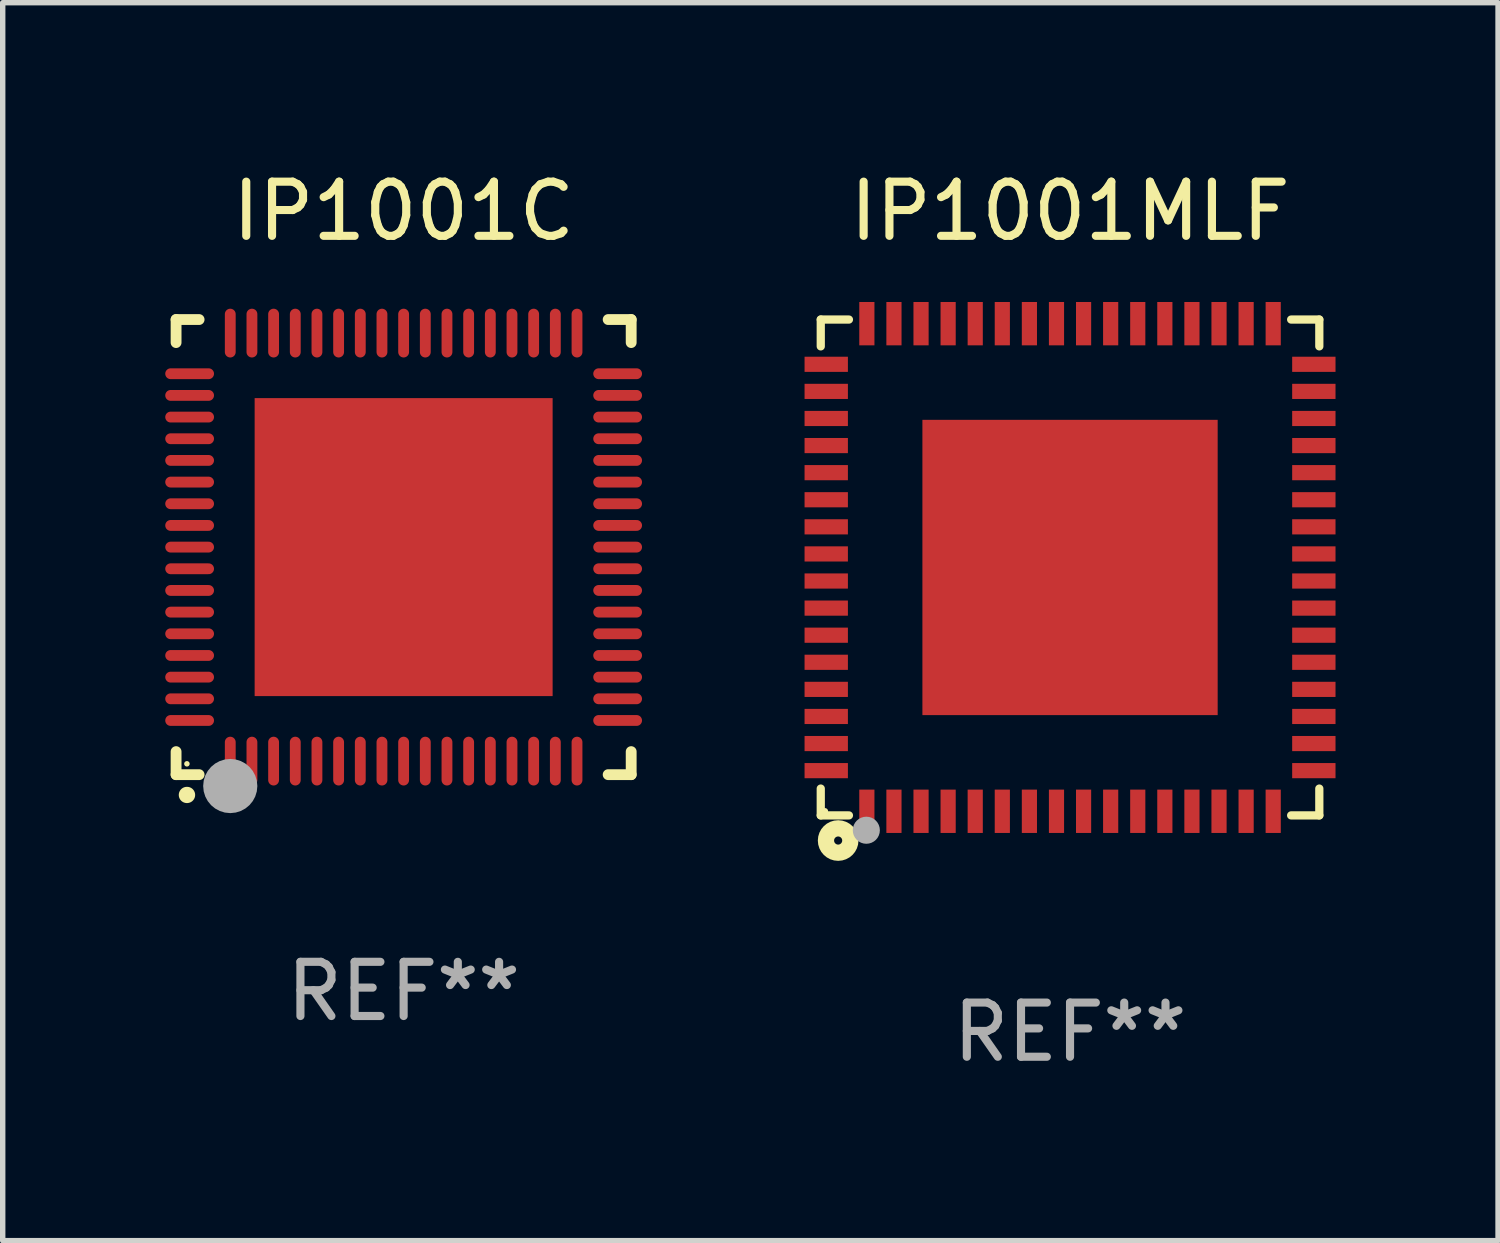
<source format=kicad_pcb>
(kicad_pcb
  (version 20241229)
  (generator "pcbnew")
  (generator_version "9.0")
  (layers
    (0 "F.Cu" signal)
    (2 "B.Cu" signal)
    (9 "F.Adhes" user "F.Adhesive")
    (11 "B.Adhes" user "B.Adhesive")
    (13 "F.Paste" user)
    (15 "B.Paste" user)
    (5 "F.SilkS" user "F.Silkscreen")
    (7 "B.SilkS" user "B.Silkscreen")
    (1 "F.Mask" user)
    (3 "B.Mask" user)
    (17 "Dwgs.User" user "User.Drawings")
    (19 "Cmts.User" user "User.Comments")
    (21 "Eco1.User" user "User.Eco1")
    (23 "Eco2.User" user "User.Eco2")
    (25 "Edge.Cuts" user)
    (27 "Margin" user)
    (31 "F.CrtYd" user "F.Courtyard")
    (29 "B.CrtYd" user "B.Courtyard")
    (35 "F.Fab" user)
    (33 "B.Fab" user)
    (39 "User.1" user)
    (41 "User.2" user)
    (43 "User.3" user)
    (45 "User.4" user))
  (footprint "IP1001MLF"
    (layer "F.Cu")
    (at 16.7 7.424)
    (property "Reference" "IP1001MLF" (at 0 -6.576 0) (layer "F.SilkS") (effects (font (size 1 1) (thickness 0.15))))
    (attr through_hole)
    (fp_line (start -4.601 -4.576) (end -4.081 -4.576) (stroke (width 0.152) (type solid)) (layer "F.SilkS"))
    (fp_line (start -4.601 -4.081) (end -4.601 -4.576) (stroke (width 0.152) (type solid)) (layer "F.SilkS"))
    (fp_line (start -4.601 4.081) (end -4.601 4.576) (stroke (width 0.152) (type solid)) (layer "F.SilkS"))
    (fp_line (start -4.601 4.576) (end -4.081 4.576) (stroke (width 0.152) (type solid)) (layer "F.SilkS"))
    (fp_line (start 4.601 -4.576) (end 4.081 -4.576) (stroke (width 0.152) (type solid)) (layer "F.SilkS"))
    (fp_line (start 4.601 -4.081) (end 4.601 -4.576) (stroke (width 0.152) (type solid)) (layer "F.SilkS"))
    (fp_line (start 4.601 4.081) (end 4.601 4.576) (stroke (width 0.152) (type solid)) (layer "F.SilkS"))
    (fp_line (start 4.601 4.576) (end 4.081 4.576) (stroke (width 0.152) (type solid)) (layer "F.SilkS"))
    (fp_circle (center -4.525 4.5) (end -4.495 4.5) (stroke (width 0.06) (type solid)) (fill no) (layer "F.SilkS"))
    (fp_circle (center -4.28 5.04) (end -4.205 5.04) (stroke (width 0.3) (type solid)) (fill no) (layer "F.SilkS"))
    (fp_circle (center -3.76 4.85) (end -3.635 4.85) (stroke (width 0.25) (type solid)) (fill no) (layer "F.Fab"))
    (fp_text user "REF**" (at 0 8.576 0) (layer "F.Fab") (effects (font (size 1 1) (thickness 0.15))))
    (pad "1" smd rect (at -3.75 4.5) (size 0.28 0.8) (layers "F.Cu" "F.Mask" "F.Paste"))
    (pad "2" smd rect (at -3.25 4.5) (size 0.28 0.8) (layers "F.Cu" "F.Mask" "F.Paste"))
    (pad "3" smd rect (at -2.75 4.5) (size 0.28 0.8) (layers "F.Cu" "F.Mask" "F.Paste"))
    (pad "4" smd rect (at -2.25 4.5) (size 0.28 0.8) (layers "F.Cu" "F.Mask" "F.Paste"))
    (pad "5" smd rect (at -1.75 4.5) (size 0.28 0.8) (layers "F.Cu" "F.Mask" "F.Paste"))
    (pad "6" smd rect (at -1.25 4.5) (size 0.28 0.8) (layers "F.Cu" "F.Mask" "F.Paste"))
    (pad "7" smd rect (at -0.75 4.5) (size 0.28 0.8) (layers "F.Cu" "F.Mask" "F.Paste"))
    (pad "8" smd rect (at -0.25 4.5) (size 0.28 0.8) (layers "F.Cu" "F.Mask" "F.Paste"))
    (pad "9" smd rect (at 0.25 4.5) (size 0.28 0.8) (layers "F.Cu" "F.Mask" "F.Paste"))
    (pad "10" smd rect (at 0.75 4.5) (size 0.28 0.8) (layers "F.Cu" "F.Mask" "F.Paste"))
    (pad "11" smd rect (at 1.25 4.5) (size 0.28 0.8) (layers "F.Cu" "F.Mask" "F.Paste"))
    (pad "12" smd rect (at 1.75 4.5) (size 0.28 0.8) (layers "F.Cu" "F.Mask" "F.Paste"))
    (pad "13" smd rect (at 2.25 4.5) (size 0.28 0.8) (layers "F.Cu" "F.Mask" "F.Paste"))
    (pad "14" smd rect (at 2.75 4.5) (size 0.28 0.8) (layers "F.Cu" "F.Mask" "F.Paste"))
    (pad "15" smd rect (at 3.25 4.5) (size 0.28 0.8) (layers "F.Cu" "F.Mask" "F.Paste"))
    (pad "16" smd rect (at 3.75 4.5) (size 0.28 0.8) (layers "F.Cu" "F.Mask" "F.Paste"))
    (pad "17" smd rect (at 4.5 3.75) (size 0.8 0.28) (layers "F.Cu" "F.Mask" "F.Paste"))
    (pad "18" smd rect (at 4.5 3.25) (size 0.8 0.28) (layers "F.Cu" "F.Mask" "F.Paste"))
    (pad "19" smd rect (at 4.5 2.75) (size 0.8 0.28) (layers "F.Cu" "F.Mask" "F.Paste"))
    (pad "20" smd rect (at 4.5 2.25) (size 0.8 0.28) (layers "F.Cu" "F.Mask" "F.Paste"))
    (pad "21" smd rect (at 4.5 1.75) (size 0.8 0.28) (layers "F.Cu" "F.Mask" "F.Paste"))
    (pad "22" smd rect (at 4.5 1.25) (size 0.8 0.28) (layers "F.Cu" "F.Mask" "F.Paste"))
    (pad "23" smd rect (at 4.5 0.75) (size 0.8 0.28) (layers "F.Cu" "F.Mask" "F.Paste"))
    (pad "24" smd rect (at 4.5 0.25) (size 0.8 0.28) (layers "F.Cu" "F.Mask" "F.Paste"))
    (pad "25" smd rect (at 4.5 -0.25) (size 0.8 0.28) (layers "F.Cu" "F.Mask" "F.Paste"))
    (pad "26" smd rect (at 4.5 -0.75) (size 0.8 0.28) (layers "F.Cu" "F.Mask" "F.Paste"))
    (pad "27" smd rect (at 4.5 -1.25) (size 0.8 0.28) (layers "F.Cu" "F.Mask" "F.Paste"))
    (pad "28" smd rect (at 4.5 -1.75) (size 0.8 0.28) (layers "F.Cu" "F.Mask" "F.Paste"))
    (pad "29" smd rect (at 4.5 -2.25) (size 0.8 0.28) (layers "F.Cu" "F.Mask" "F.Paste"))
    (pad "30" smd rect (at 4.5 -2.75) (size 0.8 0.28) (layers "F.Cu" "F.Mask" "F.Paste"))
    (pad "31" smd rect (at 4.5 -3.25) (size 0.8 0.28) (layers "F.Cu" "F.Mask" "F.Paste"))
    (pad "32" smd rect (at 4.5 -3.75) (size 0.8 0.28) (layers "F.Cu" "F.Mask" "F.Paste"))
    (pad "33" smd rect (at 3.75 -4.5) (size 0.28 0.8) (layers "F.Cu" "F.Mask" "F.Paste"))
    (pad "34" smd rect (at 3.25 -4.5) (size 0.28 0.8) (layers "F.Cu" "F.Mask" "F.Paste"))
    (pad "35" smd rect (at 2.75 -4.5) (size 0.28 0.8) (layers "F.Cu" "F.Mask" "F.Paste"))
    (pad "36" smd rect (at 2.25 -4.5) (size 0.28 0.8) (layers "F.Cu" "F.Mask" "F.Paste"))
    (pad "37" smd rect (at 1.75 -4.5) (size 0.28 0.8) (layers "F.Cu" "F.Mask" "F.Paste"))
    (pad "38" smd rect (at 1.25 -4.5) (size 0.28 0.8) (layers "F.Cu" "F.Mask" "F.Paste"))
    (pad "39" smd rect (at 0.75 -4.5) (size 0.28 0.8) (layers "F.Cu" "F.Mask" "F.Paste"))
    (pad "40" smd rect (at 0.25 -4.5) (size 0.28 0.8) (layers "F.Cu" "F.Mask" "F.Paste"))
    (pad "41" smd rect (at -0.25 -4.5) (size 0.28 0.8) (layers "F.Cu" "F.Mask" "F.Paste"))
    (pad "42" smd rect (at -0.75 -4.5) (size 0.28 0.8) (layers "F.Cu" "F.Mask" "F.Paste"))
    (pad "43" smd rect (at -1.25 -4.5) (size 0.28 0.8) (layers "F.Cu" "F.Mask" "F.Paste"))
    (pad "44" smd rect (at -1.75 -4.5) (size 0.28 0.8) (layers "F.Cu" "F.Mask" "F.Paste"))
    (pad "45" smd rect (at -2.25 -4.5) (size 0.28 0.8) (layers "F.Cu" "F.Mask" "F.Paste"))
    (pad "46" smd rect (at -2.75 -4.5) (size 0.28 0.8) (layers "F.Cu" "F.Mask" "F.Paste"))
    (pad "47" smd rect (at -3.25 -4.5) (size 0.28 0.8) (layers "F.Cu" "F.Mask" "F.Paste"))
    (pad "48" smd rect (at -3.75 -4.5) (size 0.28 0.8) (layers "F.Cu" "F.Mask" "F.Paste"))
    (pad "49" smd rect (at -4.5 -3.75) (size 0.8 0.28) (layers "F.Cu" "F.Mask" "F.Paste"))
    (pad "50" smd rect (at -4.5 -3.25) (size 0.8 0.28) (layers "F.Cu" "F.Mask" "F.Paste"))
    (pad "51" smd rect (at -4.5 -2.75) (size 0.8 0.28) (layers "F.Cu" "F.Mask" "F.Paste"))
    (pad "52" smd rect (at -4.5 -2.25) (size 0.8 0.28) (layers "F.Cu" "F.Mask" "F.Paste"))
    (pad "53" smd rect (at -4.5 -1.75) (size 0.8 0.28) (layers "F.Cu" "F.Mask" "F.Paste"))
    (pad "54" smd rect (at -4.5 -1.25) (size 0.8 0.28) (layers "F.Cu" "F.Mask" "F.Paste"))
    (pad "55" smd rect (at -4.5 -0.75) (size 0.8 0.28) (layers "F.Cu" "F.Mask" "F.Paste"))
    (pad "56" smd rect (at -4.5 -0.25) (size 0.8 0.28) (layers "F.Cu" "F.Mask" "F.Paste"))
    (pad "57" smd rect (at -4.5 0.25) (size 0.8 0.28) (layers "F.Cu" "F.Mask" "F.Paste"))
    (pad "58" smd rect (at -4.5 0.75) (size 0.8 0.28) (layers "F.Cu" "F.Mask" "F.Paste"))
    (pad "59" smd rect (at -4.5 1.25) (size 0.8 0.28) (layers "F.Cu" "F.Mask" "F.Paste"))
    (pad "60" smd rect (at -4.5 1.75) (size 0.8 0.28) (layers "F.Cu" "F.Mask" "F.Paste"))
    (pad "61" smd rect (at -4.5 2.25) (size 0.8 0.28) (layers "F.Cu" "F.Mask" "F.Paste"))
    (pad "62" smd rect (at -4.5 2.75) (size 0.8 0.28) (layers "F.Cu" "F.Mask" "F.Paste"))
    (pad "63" smd rect (at -4.5 3.25) (size 0.8 0.28) (layers "F.Cu" "F.Mask" "F.Paste"))
    (pad "64" smd rect (at -4.5 3.75) (size 0.8 0.28) (layers "F.Cu" "F.Mask" "F.Paste"))
    (pad "65" smd rect (at 0 0) (size 5.45 5.45) (layers "F.Cu" "F.Mask" "F.Paste")))
  (footprint "IP1001C"
    (layer "F.Cu")
    (at 4.4 7.048)
    (property "Reference" "IP1001C" (at 0 -6.2 0) (layer "F.SilkS") (effects (font (size 1 1) (thickness 0.15))))
    (attr through_hole)
    (fp_line (start -4.2 -4.2) (end -4.2 -3.775) (stroke (width 0.2) (type solid)) (layer "F.SilkS"))
    (fp_line (start -4.2 4.2) (end -4.2 3.775) (stroke (width 0.2) (type solid)) (layer "F.SilkS"))
    (fp_line (start -3.775 -4.2) (end -4.2 -4.2) (stroke (width 0.2) (type solid)) (layer "F.SilkS"))
    (fp_line (start -3.775 4.2) (end -4.2 4.2) (stroke (width 0.2) (type solid)) (layer "F.SilkS"))
    (fp_line (start 3.775 4.2) (end 4.2 4.2) (stroke (width 0.2) (type solid)) (layer "F.SilkS"))
    (fp_line (start 4.2 -4.2) (end 3.775 -4.2) (stroke (width 0.2) (type solid)) (layer "F.SilkS"))
    (fp_line (start 4.2 -3.775) (end 4.2 -4.2) (stroke (width 0.2) (type solid)) (layer "F.SilkS"))
    (fp_line (start 4.2 4.2) (end 4.2 3.775) (stroke (width 0.2) (type solid)) (layer "F.SilkS"))
    (fp_arc (start -4.000495 4.574536) (mid -3.999225 4.574531) (end -3.997955 4.574536) (stroke (width 0.3) (type solid)) (layer "F.SilkS"))
    (fp_circle (center -4 4) (end -3.974 4) (stroke (width 0.05) (type solid)) (fill no) (layer "F.SilkS"))
    (fp_circle (center -3.2 4.41) (end -2.95 4.41) (stroke (width 0.5) (type solid)) (fill no) (layer "F.Fab"))
    (fp_text user "REF**" (at 0 8.2 0) (layer "F.Fab") (effects (font (size 1 1) (thickness 0.15))))
    (pad "1" smd oval (at -3.2 3.95) (size 0.2 0.9) (layers "F.Cu" "F.Mask" "F.Paste"))
    (pad "2" smd oval (at -2.8 3.95) (size 0.2 0.9) (layers "F.Cu" "F.Mask" "F.Paste"))
    (pad "3" smd oval (at -2.4 3.95) (size 0.2 0.9) (layers "F.Cu" "F.Mask" "F.Paste"))
    (pad "4" smd oval (at -2 3.95) (size 0.2 0.9) (layers "F.Cu" "F.Mask" "F.Paste"))
    (pad "5" smd oval (at -1.6 3.95) (size 0.2 0.9) (layers "F.Cu" "F.Mask" "F.Paste"))
    (pad "6" smd oval (at -1.2 3.95) (size 0.2 0.9) (layers "F.Cu" "F.Mask" "F.Paste"))
    (pad "7" smd oval (at -0.8 3.95) (size 0.2 0.9) (layers "F.Cu" "F.Mask" "F.Paste"))
    (pad "8" smd oval (at -0.4 3.95) (size 0.2 0.9) (layers "F.Cu" "F.Mask" "F.Paste"))
    (pad "9" smd oval (at -0.000038 3.95) (size 0.2 0.9) (layers "F.Cu" "F.Mask" "F.Paste"))
    (pad "10" smd oval (at 0.4 3.95) (size 0.2 0.9) (layers "F.Cu" "F.Mask" "F.Paste"))
    (pad "11" smd oval (at 0.8 3.95) (size 0.2 0.9) (layers "F.Cu" "F.Mask" "F.Paste"))
    (pad "12" smd oval (at 1.2 3.95) (size 0.2 0.9) (layers "F.Cu" "F.Mask" "F.Paste"))
    (pad "13" smd oval (at 1.6 3.95) (size 0.2 0.9) (layers "F.Cu" "F.Mask" "F.Paste"))
    (pad "14" smd oval (at 2 3.95) (size 0.2 0.9) (layers "F.Cu" "F.Mask" "F.Paste"))
    (pad "15" smd oval (at 2.4 3.95) (size 0.2 0.9) (layers "F.Cu" "F.Mask" "F.Paste"))
    (pad "16" smd oval (at 2.8 3.95) (size 0.2 0.9) (layers "F.Cu" "F.Mask" "F.Paste"))
    (pad "17" smd oval (at 3.2 3.95) (size 0.2 0.9) (layers "F.Cu" "F.Mask" "F.Paste"))
    (pad "18" smd oval (at 3.95 3.2) (size 0.9 0.2) (layers "F.Cu" "F.Mask" "F.Paste"))
    (pad "19" smd oval (at 3.95 2.8) (size 0.9 0.2) (layers "F.Cu" "F.Mask" "F.Paste"))
    (pad "20" smd oval (at 3.95 2.4) (size 0.9 0.2) (layers "F.Cu" "F.Mask" "F.Paste"))
    (pad "21" smd oval (at 3.95 2) (size 0.9 0.2) (layers "F.Cu" "F.Mask" "F.Paste"))
    (pad "22" smd oval (at 3.95 1.6) (size 0.9 0.2) (layers "F.Cu" "F.Mask" "F.Paste"))
    (pad "23" smd oval (at 3.95 1.2) (size 0.9 0.2) (layers "F.Cu" "F.Mask" "F.Paste"))
    (pad "24" smd oval (at 3.95 0.8) (size 0.9 0.2) (layers "F.Cu" "F.Mask" "F.Paste"))
    (pad "25" smd oval (at 3.95 0.4) (size 0.9 0.2) (layers "F.Cu" "F.Mask" "F.Paste"))
    (pad "26" smd oval (at 3.95 0.000089) (size 0.9 0.2) (layers "F.Cu" "F.Mask" "F.Paste"))
    (pad "27" smd oval (at 3.95 -0.4) (size 0.9 0.2) (layers "F.Cu" "F.Mask" "F.Paste"))
    (pad "28" smd oval (at 3.95 -0.8) (size 0.9 0.2) (layers "F.Cu" "F.Mask" "F.Paste"))
    (pad "29" smd oval (at 3.95 -1.2) (size 0.9 0.2) (layers "F.Cu" "F.Mask" "F.Paste"))
    (pad "30" smd oval (at 3.95 -1.6) (size 0.9 0.2) (layers "F.Cu" "F.Mask" "F.Paste"))
    (pad "31" smd oval (at 3.95 -2) (size 0.9 0.2) (layers "F.Cu" "F.Mask" "F.Paste"))
    (pad "32" smd oval (at 3.95 -2.4) (size 0.9 0.2) (layers "F.Cu" "F.Mask" "F.Paste"))
    (pad "33" smd oval (at 3.95 -2.8) (size 0.9 0.2) (layers "F.Cu" "F.Mask" "F.Paste"))
    (pad "34" smd oval (at 3.95 -3.2) (size 0.9 0.2) (layers "F.Cu" "F.Mask" "F.Paste"))
    (pad "35" smd oval (at 3.2 -3.95) (size 0.2 0.9) (layers "F.Cu" "F.Mask" "F.Paste"))
    (pad "36" smd oval (at 2.8 -3.95) (size 0.2 0.9) (layers "F.Cu" "F.Mask" "F.Paste"))
    (pad "37" smd oval (at 2.4 -3.95) (size 0.2 0.9) (layers "F.Cu" "F.Mask" "F.Paste"))
    (pad "38" smd oval (at 2 -3.95) (size 0.2 0.9) (layers "F.Cu" "F.Mask" "F.Paste"))
    (pad "39" smd oval (at 1.6 -3.95) (size 0.2 0.9) (layers "F.Cu" "F.Mask" "F.Paste"))
    (pad "40" smd oval (at 1.2 -3.95) (size 0.2 0.9) (layers "F.Cu" "F.Mask" "F.Paste"))
    (pad "41" smd oval (at 0.8 -3.95) (size 0.2 0.9) (layers "F.Cu" "F.Mask" "F.Paste"))
    (pad "42" smd oval (at 0.4 -3.95) (size 0.2 0.9) (layers "F.Cu" "F.Mask" "F.Paste"))
    (pad "43" smd oval (at -0.000038 -3.95) (size 0.2 0.9) (layers "F.Cu" "F.Mask" "F.Paste"))
    (pad "44" smd oval (at -0.4 -3.95) (size 0.2 0.9) (layers "F.Cu" "F.Mask" "F.Paste"))
    (pad "45" smd oval (at -0.8 -3.95) (size 0.2 0.9) (layers "F.Cu" "F.Mask" "F.Paste"))
    (pad "46" smd oval (at -1.2 -3.95) (size 0.2 0.9) (layers "F.Cu" "F.Mask" "F.Paste"))
    (pad "47" smd oval (at -1.6 -3.95) (size 0.2 0.9) (layers "F.Cu" "F.Mask" "F.Paste"))
    (pad "48" smd oval (at -2 -3.95) (size 0.2 0.9) (layers "F.Cu" "F.Mask" "F.Paste"))
    (pad "49" smd oval (at -2.4 -3.95) (size 0.2 0.9) (layers "F.Cu" "F.Mask" "F.Paste"))
    (pad "50" smd oval (at -2.8 -3.95) (size 0.2 0.9) (layers "F.Cu" "F.Mask" "F.Paste"))
    (pad "51" smd oval (at -3.2 -3.95) (size 0.2 0.9) (layers "F.Cu" "F.Mask" "F.Paste"))
    (pad "52" smd oval (at -3.95 -3.2) (size 0.9 0.2) (layers "F.Cu" "F.Mask" "F.Paste"))
    (pad "53" smd oval (at -3.95 -2.8) (size 0.9 0.2) (layers "F.Cu" "F.Mask" "F.Paste"))
    (pad "54" smd oval (at -3.95 -2.4) (size 0.9 0.2) (layers "F.Cu" "F.Mask" "F.Paste"))
    (pad "55" smd oval (at -3.95 -2) (size 0.9 0.2) (layers "F.Cu" "F.Mask" "F.Paste"))
    (pad "56" smd oval (at -3.95 -1.6) (size 0.9 0.2) (layers "F.Cu" "F.Mask" "F.Paste"))
    (pad "57" smd oval (at -3.95 -1.2) (size 0.9 0.2) (layers "F.Cu" "F.Mask" "F.Paste"))
    (pad "58" smd oval (at -3.95 -0.8) (size 0.9 0.2) (layers "F.Cu" "F.Mask" "F.Paste"))
    (pad "59" smd oval (at -3.95 -0.4) (size 0.9 0.2) (layers "F.Cu" "F.Mask" "F.Paste"))
    (pad "60" smd oval (at -3.95 0.000089) (size 0.9 0.2) (layers "F.Cu" "F.Mask" "F.Paste"))
    (pad "61" smd oval (at -3.95 0.4) (size 0.9 0.2) (layers "F.Cu" "F.Mask" "F.Paste"))
    (pad "62" smd oval (at -3.95 0.8) (size 0.9 0.2) (layers "F.Cu" "F.Mask" "F.Paste"))
    (pad "63" smd oval (at -3.95 1.2) (size 0.9 0.2) (layers "F.Cu" "F.Mask" "F.Paste"))
    (pad "64" smd oval (at -3.95 1.6) (size 0.9 0.2) (layers "F.Cu" "F.Mask" "F.Paste"))
    (pad "65" smd oval (at -3.95 2) (size 0.9 0.2) (layers "F.Cu" "F.Mask" "F.Paste"))
    (pad "66" smd oval (at -3.95 2.4) (size 0.9 0.2) (layers "F.Cu" "F.Mask" "F.Paste"))
    (pad "67" smd oval (at -3.95 2.8) (size 0.9 0.2) (layers "F.Cu" "F.Mask" "F.Paste"))
    (pad "68" smd oval (at -3.95 3.2) (size 0.9 0.2) (layers "F.Cu" "F.Mask" "F.Paste"))
    (pad "69" smd rect (at -0.000038 0.000089) (size 5.5 5.5) (layers "F.Cu" "F.Mask" "F.Paste")))
  (gr_rect
    (start -3 -3)
    (end 24.6 19.849)
    (stroke (width 0.1) (type default))
    (fill no)
    (layer "Edge.Cuts")))
</source>
